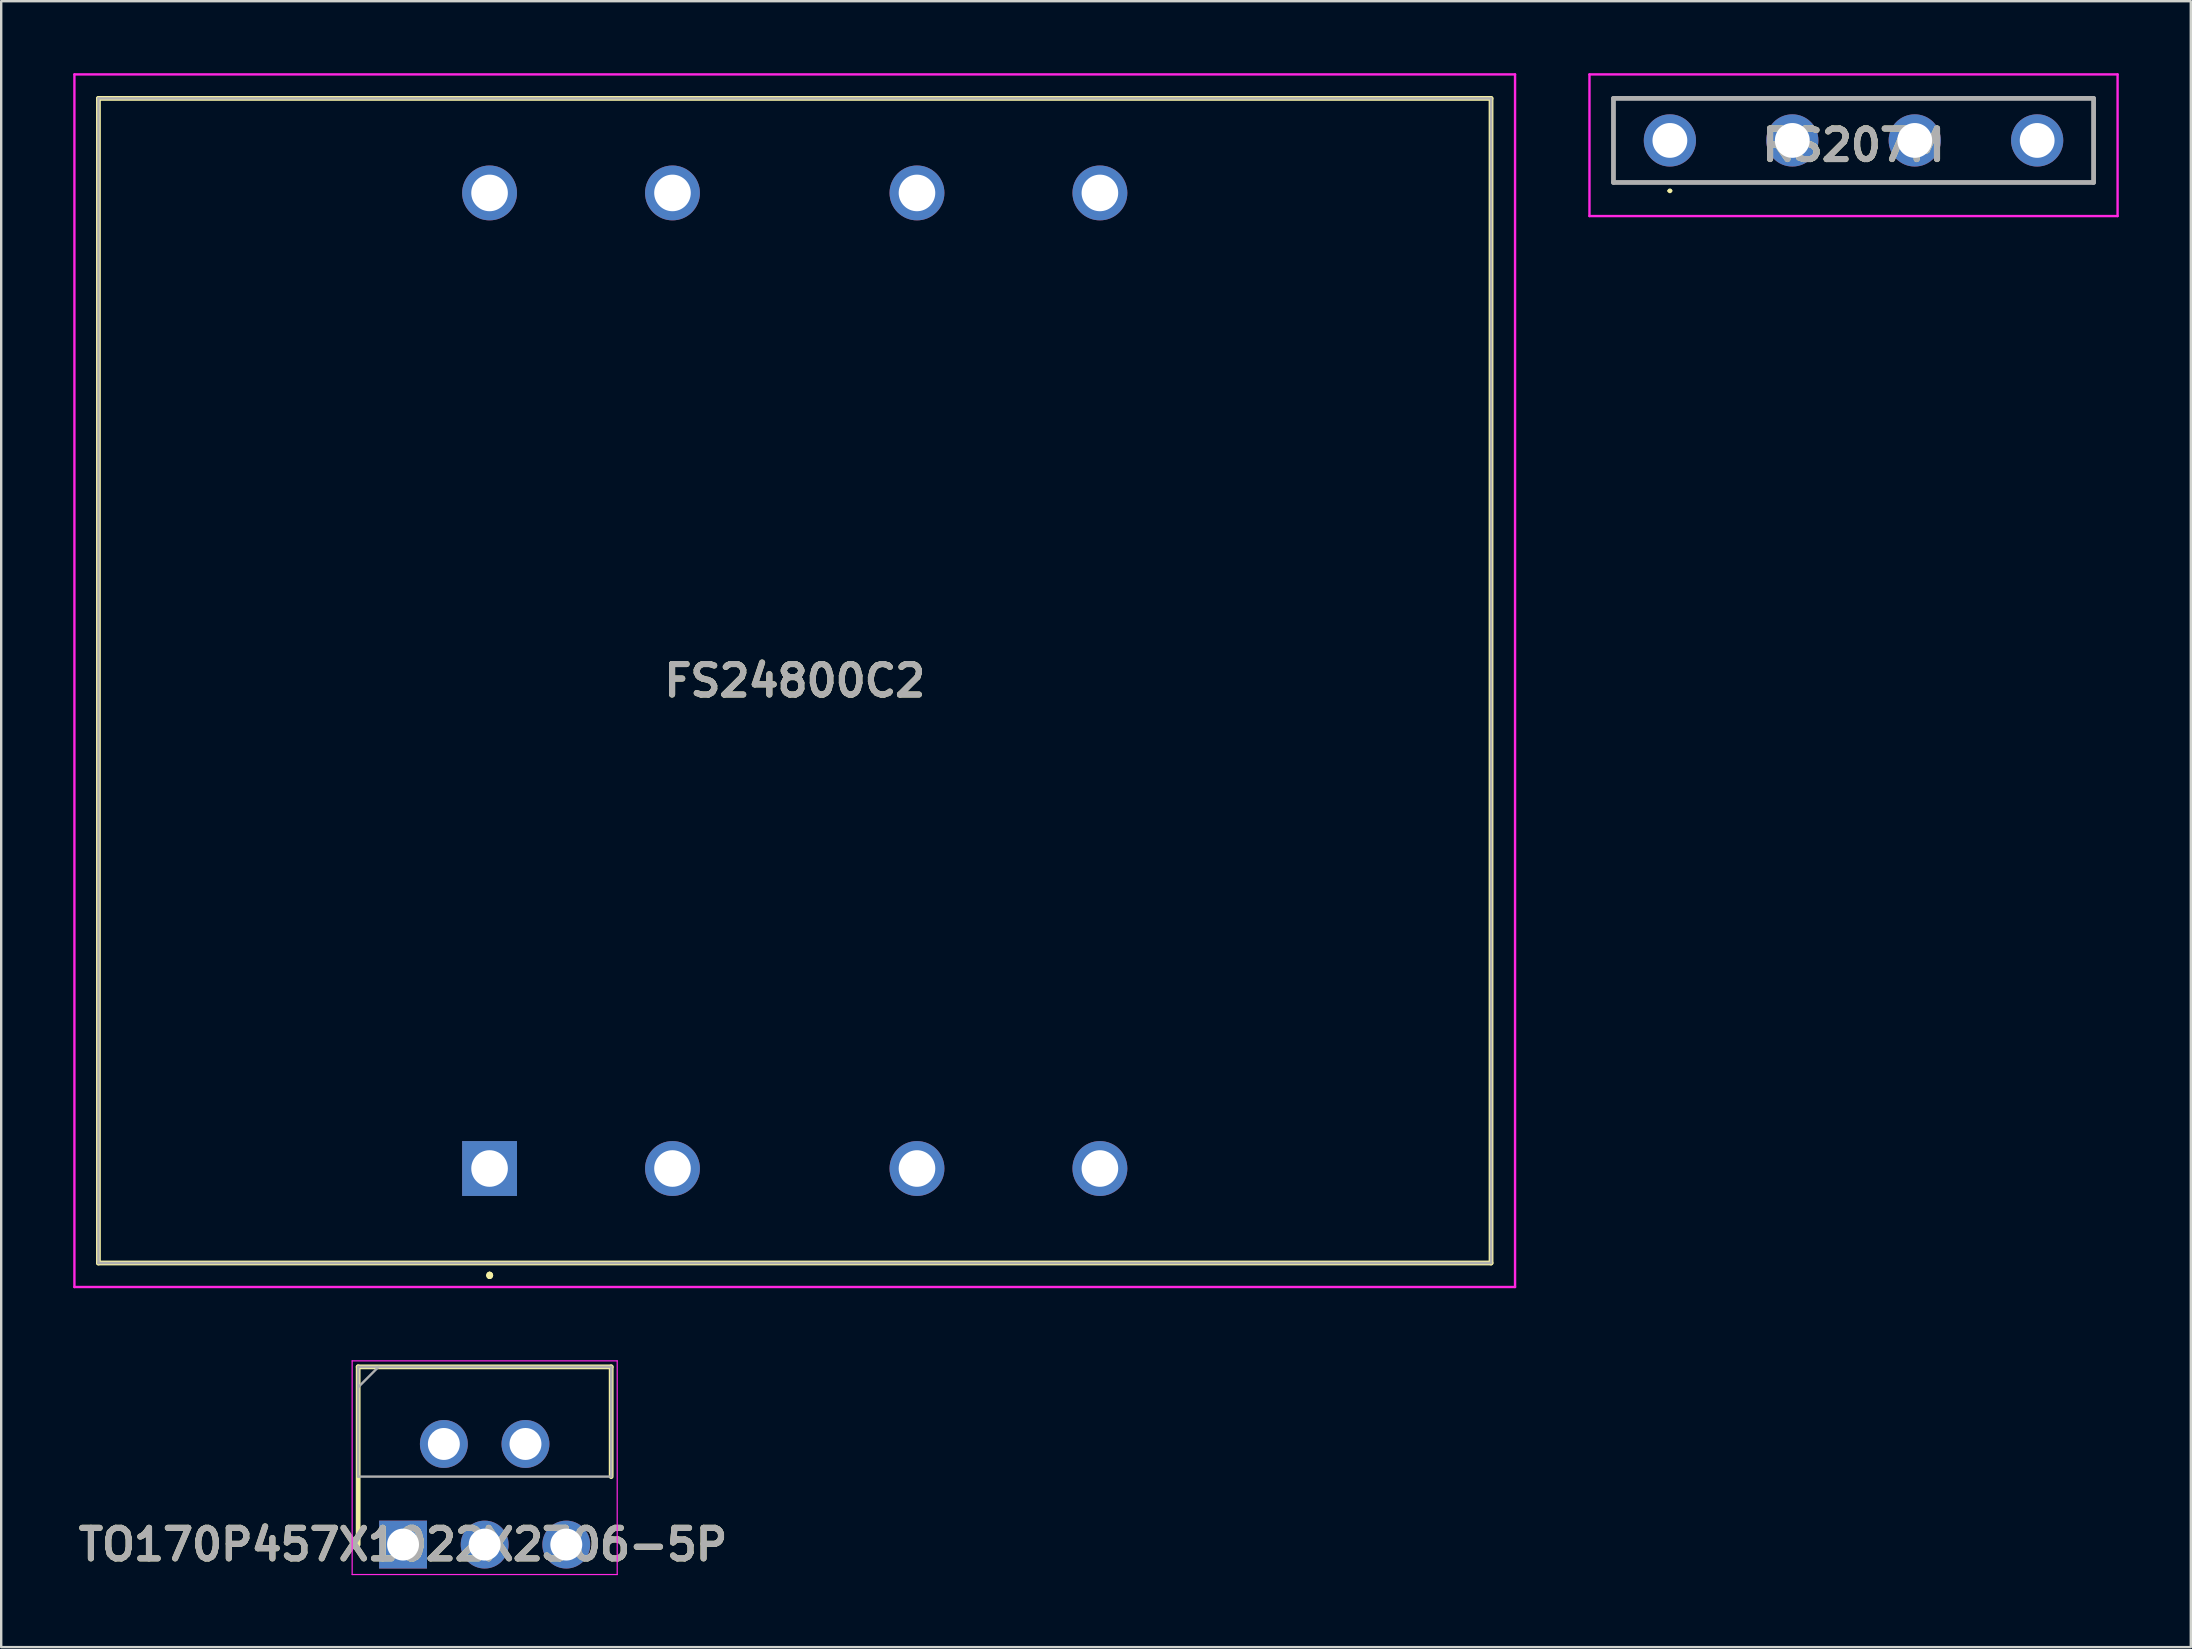
<source format=kicad_pcb>
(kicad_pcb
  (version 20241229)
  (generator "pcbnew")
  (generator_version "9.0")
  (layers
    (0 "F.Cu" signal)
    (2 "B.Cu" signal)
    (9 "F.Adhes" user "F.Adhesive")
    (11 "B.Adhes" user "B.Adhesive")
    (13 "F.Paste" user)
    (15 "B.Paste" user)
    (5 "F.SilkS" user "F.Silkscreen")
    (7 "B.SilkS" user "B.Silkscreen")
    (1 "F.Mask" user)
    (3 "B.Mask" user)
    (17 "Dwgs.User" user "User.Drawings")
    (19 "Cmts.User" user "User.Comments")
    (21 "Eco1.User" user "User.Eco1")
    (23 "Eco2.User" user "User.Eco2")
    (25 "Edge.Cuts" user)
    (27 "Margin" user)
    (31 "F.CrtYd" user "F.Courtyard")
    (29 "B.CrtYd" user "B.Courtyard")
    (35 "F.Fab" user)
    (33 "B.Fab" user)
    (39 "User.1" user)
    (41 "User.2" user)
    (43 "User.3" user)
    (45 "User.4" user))
  (footprint "RS207M"
    (layer "F.Cu")
    (at 74.163 3)
    (property "Reference" "RS207M" (at 0 0 0) (layer "F.SilkS") (effects (font (size 1.27 1.27) (thickness 0.254))))
    (attr through_hole)
    (fp_line (start -10 -1.95) (end 10 -1.95) (stroke (width 0.1) (type solid)) (layer "F.SilkS"))
    (fp_line (start -10 1.55) (end -10 -1.95) (stroke (width 0.1) (type solid)) (layer "F.SilkS"))
    (fp_line (start -7.7 1.9) (end -7.7 1.9) (stroke (width 0.1) (type solid)) (layer "F.SilkS"))
    (fp_line (start -7.6 1.9) (end -7.6 1.9) (stroke (width 0.1) (type solid)) (layer "F.SilkS"))
    (fp_line (start 10 -1.95) (end 10 1.55) (stroke (width 0.1) (type solid)) (layer "F.SilkS"))
    (fp_line (start 10 1.55) (end -10 1.55) (stroke (width 0.1) (type solid)) (layer "F.SilkS"))
    (fp_arc (start -7.7 1.9) (mid -7.65 1.85) (end -7.6 1.9) (stroke (width 0.1) (type solid)) (layer "F.SilkS"))
    (fp_arc (start -7.6 1.9) (mid -7.65 1.95) (end -7.7 1.9) (stroke (width 0.1) (type solid)) (layer "F.SilkS"))
    (fp_line (start -11 -2.95) (end 11 -2.95) (stroke (width 0.1) (type solid)) (layer "F.CrtYd"))
    (fp_line (start -11 2.95) (end -11 -2.95) (stroke (width 0.1) (type solid)) (layer "F.CrtYd"))
    (fp_line (start 11 -2.95) (end 11 2.95) (stroke (width 0.1) (type solid)) (layer "F.CrtYd"))
    (fp_line (start 11 2.95) (end -11 2.95) (stroke (width 0.1) (type solid)) (layer "F.CrtYd"))
    (fp_line (start -10 -1.95) (end 10 -1.95) (stroke (width 0.2) (type solid)) (layer "F.Fab"))
    (fp_line (start -10 1.55) (end -10 -1.95) (stroke (width 0.2) (type solid)) (layer "F.Fab"))
    (fp_line (start 10 -1.95) (end 10 1.55) (stroke (width 0.2) (type solid)) (layer "F.Fab"))
    (fp_line (start 10 1.55) (end -10 1.55) (stroke (width 0.2) (type solid)) (layer "F.Fab"))
    (fp_text user "${REFERENCE}" (at 0 0 0) (layer "F.Fab") (effects (font (size 1.27 1.27) (thickness 0.254))))
    (pad "1" thru_hole circle (at -7.65 -0.2) (size 2.175 2.175) (drill 1.45) (layers "*.Cu" "*.Mask"))
    (pad "2" thru_hole circle (at -2.55 -0.2) (size 2.175 2.175) (drill 1.45) (layers "*.Cu" "*.Mask"))
    (pad "3" thru_hole circle (at 2.55 -0.2) (size 2.175 2.175) (drill 1.45) (layers "*.Cu" "*.Mask"))
    (pad "4" thru_hole circle (at 7.65 -0.2) (size 2.175 2.175) (drill 1.45) (layers "*.Cu" "*.Mask")))
  (footprint "TO170P457X1022X2306-5P"
    (layer "F.Cu")
    (at 13.74 61.293)
    (property "Reference" "TO170P457X1022X2306-5P" (at 0 0 0) (layer "F.SilkS") (effects (font (size 1.27 1.27) (thickness 0.254))))
    (attr through_hole)
    (fp_line (start -1.87 -7.404) (end -1.87 0) (stroke (width 0.2) (type solid)) (layer "F.SilkS"))
    (fp_line (start 8.67 -7.404) (end -1.87 -7.404) (stroke (width 0.2) (type solid)) (layer "F.SilkS"))
    (fp_line (start 8.67 -2.832) (end 8.67 -7.404) (stroke (width 0.2) (type solid)) (layer "F.SilkS"))
    (fp_line (start -2.12 -7.654) (end 8.921 -7.654) (stroke (width 0.05) (type solid)) (layer "F.CrtYd"))
    (fp_line (start -2.12 1.248) (end -2.12 -7.654) (stroke (width 0.05) (type solid)) (layer "F.CrtYd"))
    (fp_line (start 8.921 -7.654) (end 8.921 1.248) (stroke (width 0.05) (type solid)) (layer "F.CrtYd"))
    (fp_line (start 8.921 1.248) (end -2.12 1.248) (stroke (width 0.05) (type solid)) (layer "F.CrtYd"))
    (fp_line (start -1.87 -7.404) (end 8.671 -7.404) (stroke (width 0.1) (type solid)) (layer "F.Fab"))
    (fp_line (start -1.87 -6.554) (end -1.02 -7.404) (stroke (width 0.1) (type solid)) (layer "F.Fab"))
    (fp_line (start -1.87 -2.832) (end -1.87 -7.404) (stroke (width 0.1) (type solid)) (layer "F.Fab"))
    (fp_line (start 8.671 -7.404) (end 8.671 -2.832) (stroke (width 0.1) (type solid)) (layer "F.Fab"))
    (fp_line (start 8.671 -2.832) (end -1.87 -2.832) (stroke (width 0.1) (type solid)) (layer "F.Fab"))
    (fp_text user "${REFERENCE}" (at 0 0 0) (layer "F.Fab") (effects (font (size 1.27 1.27) (thickness 0.254))))
    (pad "1" thru_hole rect (at 0 0) (size 1.995 1.995) (drill 1.33) (layers "*.Cu" "*.Mask"))
    (pad "2" thru_hole circle (at 1.7 -4.191) (size 1.995 1.995) (drill 1.33) (layers "*.Cu" "*.Mask"))
    (pad "3" thru_hole circle (at 3.4 0) (size 1.995 1.995) (drill 1.33) (layers "*.Cu" "*.Mask"))
    (pad "4" thru_hole circle (at 5.1 -4.191) (size 1.995 1.995) (drill 1.33) (layers "*.Cu" "*.Mask"))
    (pad "5" thru_hole circle (at 6.8 0) (size 1.995 1.995) (drill 1.33) (layers "*.Cu" "*.Mask")))
  (footprint "FS24800C2"
    (layer "F.Cu")
    (at 17.344 45.627)
    (property "Reference" "FS24800C2" (at 12.713 -20.32 0) (layer "F.SilkS") (effects (font (size 1.27 1.27) (thickness 0.254))))
    (attr through_hole)
    (fp_line (start -16.294 -44.577) (end 41.719 -44.577) (stroke (width 0.2) (type solid)) (layer "F.SilkS"))
    (fp_line (start -16.294 3.937) (end -16.294 -44.577) (stroke (width 0.2) (type solid)) (layer "F.SilkS"))
    (fp_line (start 0 4.4) (end 0 4.4) (stroke (width 0.2) (type solid)) (layer "F.SilkS"))
    (fp_line (start 0 4.5) (end 0 4.5) (stroke (width 0.2) (type solid)) (layer "F.SilkS"))
    (fp_line (start 0 4.5) (end 0 4.5) (stroke (width 0.2) (type solid)) (layer "F.SilkS"))
    (fp_line (start 41.719 -44.577) (end 41.719 3.937) (stroke (width 0.2) (type solid)) (layer "F.SilkS"))
    (fp_line (start 41.719 3.937) (end -16.294 3.937) (stroke (width 0.2) (type solid)) (layer "F.SilkS"))
    (fp_arc (start 0 4.4) (mid 0.05 4.45) (end 0 4.5) (stroke (width 0.2) (type solid)) (layer "F.SilkS"))
    (fp_arc (start 0 4.4) (mid 0.05 4.45) (end 0 4.5) (stroke (width 0.2) (type solid)) (layer "F.SilkS"))
    (fp_arc (start 0 4.5) (mid -0.05 4.45) (end 0 4.4) (stroke (width 0.2) (type solid)) (layer "F.SilkS"))
    (fp_line (start -17.294 -45.577) (end 42.719 -45.577) (stroke (width 0.1) (type solid)) (layer "F.CrtYd"))
    (fp_line (start -17.294 4.937) (end -17.294 -45.577) (stroke (width 0.1) (type solid)) (layer "F.CrtYd"))
    (fp_line (start 42.719 -45.577) (end 42.719 4.937) (stroke (width 0.1) (type solid)) (layer "F.CrtYd"))
    (fp_line (start 42.719 4.937) (end -17.294 4.937) (stroke (width 0.1) (type solid)) (layer "F.CrtYd"))
    (fp_line (start -16.294 -44.577) (end 41.719 -44.577) (stroke (width 0.1) (type solid)) (layer "F.Fab"))
    (fp_line (start -16.294 3.937) (end -16.294 -44.577) (stroke (width 0.1) (type solid)) (layer "F.Fab"))
    (fp_line (start 41.719 -44.577) (end 41.719 3.937) (stroke (width 0.1) (type solid)) (layer "F.Fab"))
    (fp_line (start 41.719 3.937) (end -16.294 3.937) (stroke (width 0.1) (type solid)) (layer "F.Fab"))
    (fp_text user "${REFERENCE}" (at 12.713 -20.32 0) (layer "F.Fab") (effects (font (size 1.27 1.27) (thickness 0.254))))
    (pad "1" thru_hole rect (at 0 0) (size 2.286 2.286) (drill 1.524) (layers "*.Cu" "*.Mask"))
    (pad "2" thru_hole circle (at 7.62 0) (size 2.286 2.286) (drill 1.524) (layers "*.Cu" "*.Mask"))
    (pad "3" thru_hole circle (at 17.805 0) (size 2.286 2.286) (drill 1.524) (layers "*.Cu" "*.Mask"))
    (pad "4" thru_hole circle (at 25.425 0) (size 2.286 2.286) (drill 1.524) (layers "*.Cu" "*.Mask"))
    (pad "5" thru_hole circle (at 0 -40.64) (size 2.286 2.286) (drill 1.524) (layers "*.Cu" "*.Mask"))
    (pad "6" thru_hole circle (at 7.62 -40.64) (size 2.286 2.286) (drill 1.524) (layers "*.Cu" "*.Mask"))
    (pad "7" thru_hole circle (at 17.805 -40.64) (size 2.286 2.286) (drill 1.524) (layers "*.Cu" "*.Mask"))
    (pad "8" thru_hole circle (at 25.425 -40.64) (size 2.286 2.286) (drill 1.524) (layers "*.Cu" "*.Mask")))
  (gr_rect
    (start -3 -3)
    (end 88.213 65.566)
    (stroke (width 0.1) (type default))
    (fill no)
    (layer "Edge.Cuts")))
</source>
